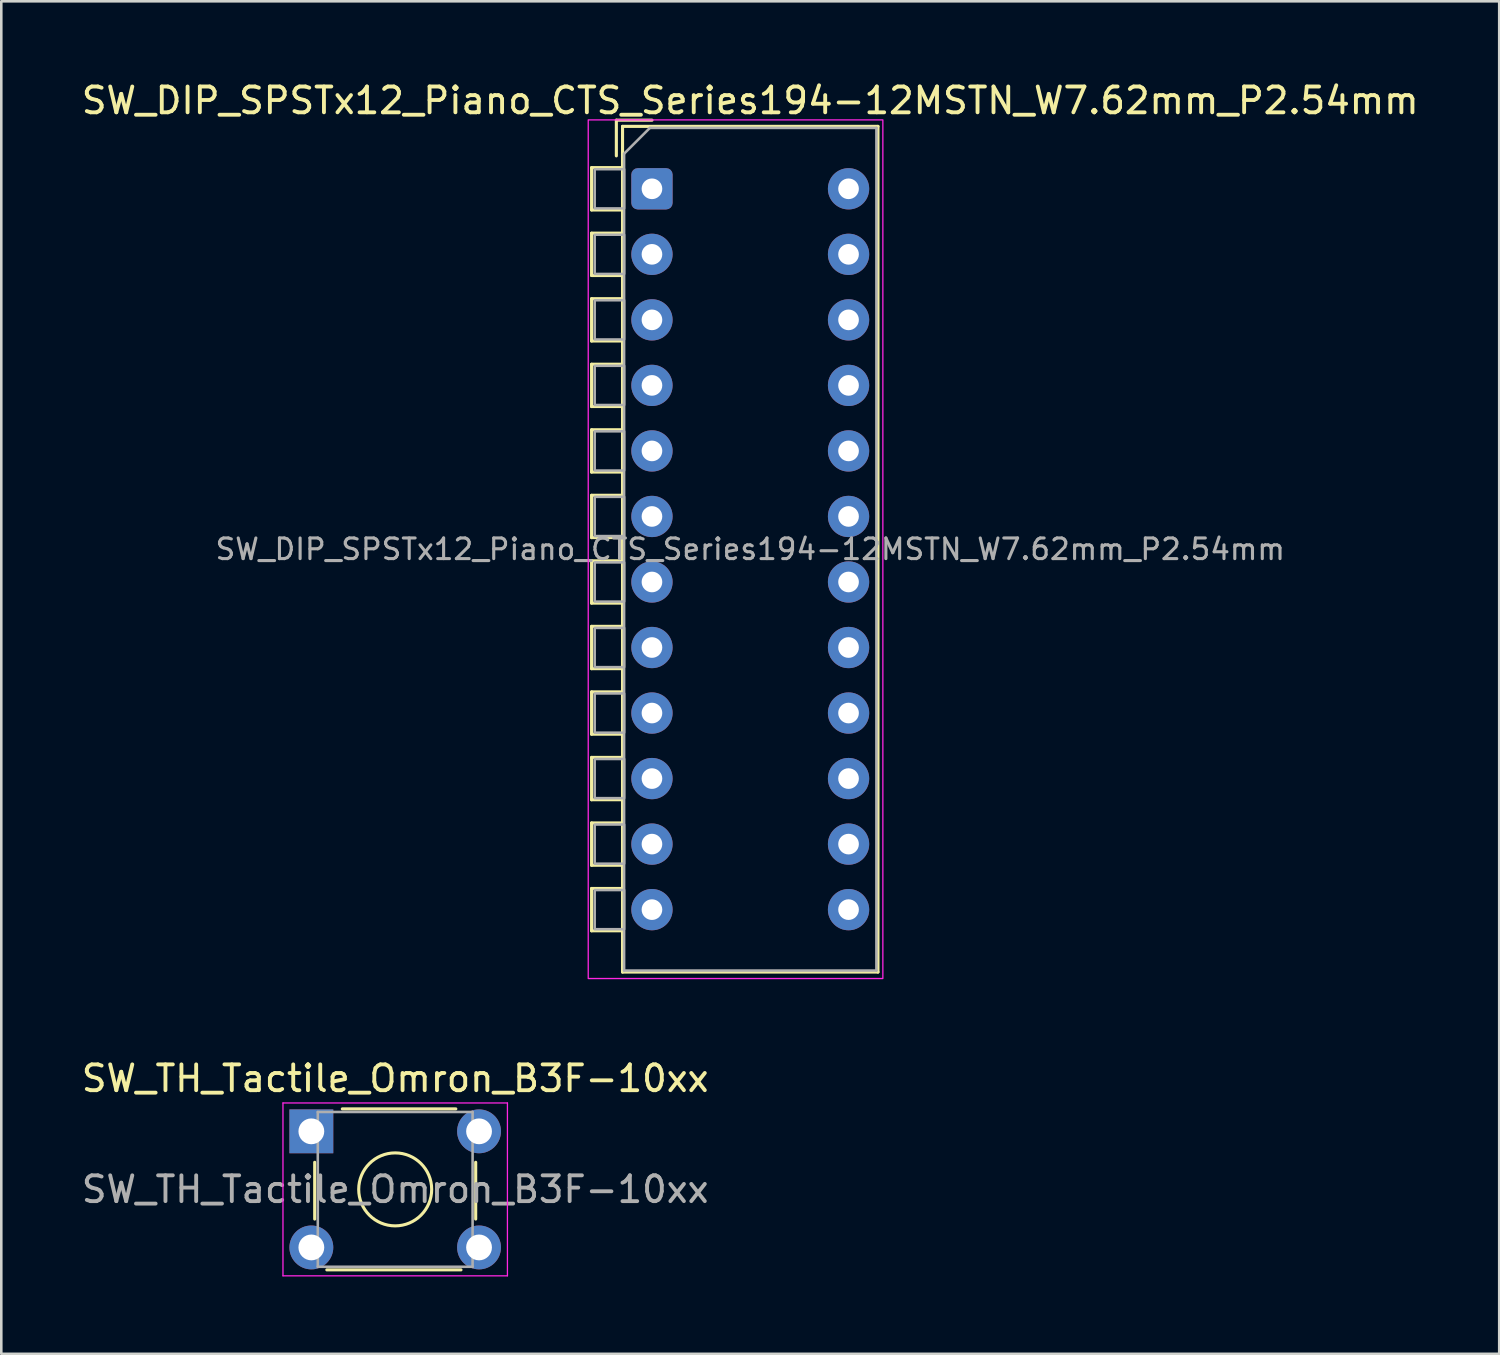
<source format=kicad_pcb>
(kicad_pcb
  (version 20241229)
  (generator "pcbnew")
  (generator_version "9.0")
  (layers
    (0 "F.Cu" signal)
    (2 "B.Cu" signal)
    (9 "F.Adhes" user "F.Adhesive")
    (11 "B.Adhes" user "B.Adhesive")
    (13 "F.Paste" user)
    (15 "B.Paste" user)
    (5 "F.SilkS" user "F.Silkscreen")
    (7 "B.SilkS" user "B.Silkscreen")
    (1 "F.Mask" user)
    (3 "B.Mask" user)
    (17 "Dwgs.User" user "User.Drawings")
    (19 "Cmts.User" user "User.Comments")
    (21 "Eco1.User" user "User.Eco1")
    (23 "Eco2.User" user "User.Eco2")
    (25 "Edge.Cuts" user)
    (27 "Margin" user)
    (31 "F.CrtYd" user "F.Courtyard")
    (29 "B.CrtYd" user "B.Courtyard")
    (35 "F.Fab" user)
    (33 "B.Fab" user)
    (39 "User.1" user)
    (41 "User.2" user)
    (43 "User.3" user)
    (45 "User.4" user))
  (footprint "SW_TH_Tactile_Omron_B3F-10xx"
    (layer "F.Cu")
    (at 9.018 40.801)
    (property "Reference" "SW_TH_Tactile_Omron_B3F-10xx" (at 3.25 -2.05 0) (layer "F.SilkS") (effects (font (size 1 1) (thickness 0.15))))
    (attr through_hole)
    (fp_line (start 0.13 3.4) (end 0.13 1.2) (stroke (width 0.12) (type solid)) (layer "F.SilkS"))
    (fp_line (start 0.6 5.37) (end 5.8 5.37) (stroke (width 0.12) (type solid)) (layer "F.SilkS"))
    (fp_line (start 1.2 -0.87) (end 5.6 -0.87) (stroke (width 0.12) (type solid)) (layer "F.SilkS"))
    (fp_line (start 6.37 1.2) (end 6.37 3.4) (stroke (width 0.12) (type solid)) (layer "F.SilkS"))
    (fp_circle (center 3.25 2.25) (end 4.25 3.25) (stroke (width 0.12) (type solid)) (fill no) (layer "F.SilkS"))
    (fp_line (start -1.1 -1.1) (end -1.1 5.6) (stroke (width 0.05) (type solid)) (layer "F.CrtYd"))
    (fp_line (start -1.1 -1.1) (end 7.6 -1.1) (stroke (width 0.05) (type solid)) (layer "F.CrtYd"))
    (fp_line (start -1.1 5.6) (end 7.6 5.6) (stroke (width 0.05) (type solid)) (layer "F.CrtYd"))
    (fp_line (start 7.6 5.6) (end 7.6 -1.1) (stroke (width 0.05) (type solid)) (layer "F.CrtYd"))
    (fp_line (start 0.25 -0.75) (end 0.25 5.25) (stroke (width 0.1) (type solid)) (layer "F.Fab"))
    (fp_line (start 0.25 -0.75) (end 6.25 -0.75) (stroke (width 0.1) (type solid)) (layer "F.Fab"))
    (fp_line (start 0.25 5.25) (end 6.25 5.25) (stroke (width 0.1) (type solid)) (layer "F.Fab"))
    (fp_line (start 6.25 -0.75) (end 6.25 5.25) (stroke (width 0.1) (type solid)) (layer "F.Fab"))
    (fp_text user "${REFERENCE}" (at 3.25 2.25 0) (layer "F.Fab") (effects (font (size 1 1) (thickness 0.15))))
    (pad "1" thru_hole rect (at 0 0) (size 1.7 1.7) (drill 1) (layers "*.Cu" "*.Mask"))
    (pad "1" thru_hole circle (at 6.5 0) (size 1.7 1.7) (drill 1) (layers "*.Cu" "*.Mask"))
    (pad "2" thru_hole circle (at 0 4.5) (size 1.7 1.7) (drill 1) (layers "*.Cu" "*.Mask"))
    (pad "2" thru_hole circle (at 6.5 4.5) (size 1.7 1.7) (drill 1) (layers "*.Cu" "*.Mask")))
  (footprint "SW_DIP_SPSTx12_Piano_CTS_Series194-12MSTN_W7.62mm_P2.54mm"
    (layer "F.Cu")
    (at 22.22 4.268)
    (property "Reference" "SW_DIP_SPSTx12_Piano_CTS_Series194-12MSTN_W7.62mm_P2.54mm" (at 3.81 -3.42 0) (layer "F.SilkS") (effects (font (size 1 1) (thickness 0.15))))
    (attr through_hole)
    (fp_line (start -2.34 -0.82) (end -2.34 0.82) (stroke (width 0.12) (type solid)) (layer "F.SilkS"))
    (fp_line (start -2.34 -0.82) (end -1.14 -0.82) (stroke (width 0.12) (type solid)) (layer "F.SilkS"))
    (fp_line (start -2.34 0.82) (end -1.14 0.82) (stroke (width 0.12) (type solid)) (layer "F.SilkS"))
    (fp_line (start -2.34 1.72) (end -2.34 3.36) (stroke (width 0.12) (type solid)) (layer "F.SilkS"))
    (fp_line (start -2.34 1.72) (end -1.14 1.72) (stroke (width 0.12) (type solid)) (layer "F.SilkS"))
    (fp_line (start -2.34 3.36) (end -1.14 3.36) (stroke (width 0.12) (type solid)) (layer "F.SilkS"))
    (fp_line (start -2.34 4.26) (end -2.34 5.9) (stroke (width 0.12) (type solid)) (layer "F.SilkS"))
    (fp_line (start -2.34 4.26) (end -1.14 4.26) (stroke (width 0.12) (type solid)) (layer "F.SilkS"))
    (fp_line (start -2.34 5.9) (end -1.14 5.9) (stroke (width 0.12) (type solid)) (layer "F.SilkS"))
    (fp_line (start -2.34 6.8) (end -2.34 8.44) (stroke (width 0.12) (type solid)) (layer "F.SilkS"))
    (fp_line (start -2.34 6.8) (end -1.14 6.8) (stroke (width 0.12) (type solid)) (layer "F.SilkS"))
    (fp_line (start -2.34 8.44) (end -1.14 8.44) (stroke (width 0.12) (type solid)) (layer "F.SilkS"))
    (fp_line (start -2.34 9.34) (end -2.34 10.98) (stroke (width 0.12) (type solid)) (layer "F.SilkS"))
    (fp_line (start -2.34 9.34) (end -1.14 9.34) (stroke (width 0.12) (type solid)) (layer "F.SilkS"))
    (fp_line (start -2.34 10.98) (end -1.14 10.98) (stroke (width 0.12) (type solid)) (layer "F.SilkS"))
    (fp_line (start -2.34 11.88) (end -2.34 13.52) (stroke (width 0.12) (type solid)) (layer "F.SilkS"))
    (fp_line (start -2.34 11.88) (end -1.14 11.88) (stroke (width 0.12) (type solid)) (layer "F.SilkS"))
    (fp_line (start -2.34 13.52) (end -1.14 13.52) (stroke (width 0.12) (type solid)) (layer "F.SilkS"))
    (fp_line (start -2.34 14.42) (end -2.34 16.06) (stroke (width 0.12) (type solid)) (layer "F.SilkS"))
    (fp_line (start -2.34 14.42) (end -1.14 14.42) (stroke (width 0.12) (type solid)) (layer "F.SilkS"))
    (fp_line (start -2.34 16.06) (end -1.14 16.06) (stroke (width 0.12) (type solid)) (layer "F.SilkS"))
    (fp_line (start -2.34 16.96) (end -2.34 18.6) (stroke (width 0.12) (type solid)) (layer "F.SilkS"))
    (fp_line (start -2.34 16.96) (end -1.14 16.96) (stroke (width 0.12) (type solid)) (layer "F.SilkS"))
    (fp_line (start -2.34 18.6) (end -1.14 18.6) (stroke (width 0.12) (type solid)) (layer "F.SilkS"))
    (fp_line (start -2.34 19.5) (end -2.34 21.14) (stroke (width 0.12) (type solid)) (layer "F.SilkS"))
    (fp_line (start -2.34 19.5) (end -1.14 19.5) (stroke (width 0.12) (type solid)) (layer "F.SilkS"))
    (fp_line (start -2.34 21.14) (end -1.14 21.14) (stroke (width 0.12) (type solid)) (layer "F.SilkS"))
    (fp_line (start -2.34 22.04) (end -2.34 23.68) (stroke (width 0.12) (type solid)) (layer "F.SilkS"))
    (fp_line (start -2.34 22.04) (end -1.14 22.04) (stroke (width 0.12) (type solid)) (layer "F.SilkS"))
    (fp_line (start -2.34 23.68) (end -1.14 23.68) (stroke (width 0.12) (type solid)) (layer "F.SilkS"))
    (fp_line (start -2.34 24.58) (end -2.34 26.22) (stroke (width 0.12) (type solid)) (layer "F.SilkS"))
    (fp_line (start -2.34 24.58) (end -1.14 24.58) (stroke (width 0.12) (type solid)) (layer "F.SilkS"))
    (fp_line (start -2.34 26.22) (end -1.14 26.22) (stroke (width 0.12) (type solid)) (layer "F.SilkS"))
    (fp_line (start -2.34 27.12) (end -2.34 28.76) (stroke (width 0.12) (type solid)) (layer "F.SilkS"))
    (fp_line (start -2.34 27.12) (end -1.14 27.12) (stroke (width 0.12) (type solid)) (layer "F.SilkS"))
    (fp_line (start -2.34 28.76) (end -1.14 28.76) (stroke (width 0.12) (type solid)) (layer "F.SilkS"))
    (fp_line (start -1.38 -2.66) (end -1.38 -1.277) (stroke (width 0.12) (type solid)) (layer "F.SilkS"))
    (fp_line (start -1.38 -2.66) (end 0.003 -2.66) (stroke (width 0.12) (type solid)) (layer "F.SilkS"))
    (fp_line (start -1.14 -2.42) (end -1.14 30.36) (stroke (width 0.12) (type solid)) (layer "F.SilkS"))
    (fp_line (start -1.14 -2.42) (end 8.76 -2.42) (stroke (width 0.12) (type solid)) (layer "F.SilkS"))
    (fp_line (start -1.14 -0.82) (end -1.14 0.82) (stroke (width 0.12) (type solid)) (layer "F.SilkS"))
    (fp_line (start -1.14 1.72) (end -1.14 3.36) (stroke (width 0.12) (type solid)) (layer "F.SilkS"))
    (fp_line (start -1.14 4.26) (end -1.14 5.9) (stroke (width 0.12) (type solid)) (layer "F.SilkS"))
    (fp_line (start -1.14 6.8) (end -1.14 8.44) (stroke (width 0.12) (type solid)) (layer "F.SilkS"))
    (fp_line (start -1.14 9.34) (end -1.14 10.98) (stroke (width 0.12) (type solid)) (layer "F.SilkS"))
    (fp_line (start -1.14 11.88) (end -1.14 13.52) (stroke (width 0.12) (type solid)) (layer "F.SilkS"))
    (fp_line (start -1.14 14.42) (end -1.14 16.06) (stroke (width 0.12) (type solid)) (layer "F.SilkS"))
    (fp_line (start -1.14 16.96) (end -1.14 18.6) (stroke (width 0.12) (type solid)) (layer "F.SilkS"))
    (fp_line (start -1.14 19.5) (end -1.14 21.14) (stroke (width 0.12) (type solid)) (layer "F.SilkS"))
    (fp_line (start -1.14 22.04) (end -1.14 23.68) (stroke (width 0.12) (type solid)) (layer "F.SilkS"))
    (fp_line (start -1.14 24.58) (end -1.14 26.22) (stroke (width 0.12) (type solid)) (layer "F.SilkS"))
    (fp_line (start -1.14 27.12) (end -1.14 28.76) (stroke (width 0.12) (type solid)) (layer "F.SilkS"))
    (fp_line (start -1.14 30.36) (end 8.76 30.36) (stroke (width 0.12) (type solid)) (layer "F.SilkS"))
    (fp_line (start 8.76 -2.42) (end 8.76 30.36) (stroke (width 0.12) (type solid)) (layer "F.SilkS"))
    (fp_rect (start -2.47 -2.67) (end 8.95 30.61) (stroke (width 0.05) (type solid)) (fill no) (layer "F.CrtYd"))
    (fp_line (start -1.08 -1.36) (end -0.08 -2.36) (stroke (width 0.1) (type solid)) (layer "F.Fab"))
    (fp_line (start -1.08 30.3) (end -1.08 -1.36) (stroke (width 0.1) (type solid)) (layer "F.Fab"))
    (fp_line (start -0.08 -2.36) (end 8.7 -2.36) (stroke (width 0.1) (type solid)) (layer "F.Fab"))
    (fp_line (start 8.7 -2.36) (end 8.7 30.3) (stroke (width 0.1) (type solid)) (layer "F.Fab"))
    (fp_line (start 8.7 30.3) (end -1.08 30.3) (stroke (width 0.1) (type solid)) (layer "F.Fab"))
    (fp_rect (start -1.08 -0.76) (end -2.22 0.76) (stroke (width 0.1) (type solid)) (fill no) (layer "F.Fab"))
    (fp_rect (start -1.08 1.78) (end -2.22 3.3) (stroke (width 0.1) (type solid)) (fill no) (layer "F.Fab"))
    (fp_rect (start -1.08 4.32) (end -2.22 5.84) (stroke (width 0.1) (type solid)) (fill no) (layer "F.Fab"))
    (fp_rect (start -1.08 6.86) (end -2.22 8.38) (stroke (width 0.1) (type solid)) (fill no) (layer "F.Fab"))
    (fp_rect (start -1.08 9.4) (end -2.22 10.92) (stroke (width 0.1) (type solid)) (fill no) (layer "F.Fab"))
    (fp_rect (start -1.08 11.94) (end -2.22 13.46) (stroke (width 0.1) (type solid)) (fill no) (layer "F.Fab"))
    (fp_rect (start -1.08 14.48) (end -2.22 16) (stroke (width 0.1) (type solid)) (fill no) (layer "F.Fab"))
    (fp_rect (start -1.08 17.02) (end -2.22 18.54) (stroke (width 0.1) (type solid)) (fill no) (layer "F.Fab"))
    (fp_rect (start -1.08 19.56) (end -2.22 21.08) (stroke (width 0.1) (type solid)) (fill no) (layer "F.Fab"))
    (fp_rect (start -1.08 22.1) (end -2.22 23.62) (stroke (width 0.1) (type solid)) (fill no) (layer "F.Fab"))
    (fp_rect (start -1.08 24.64) (end -2.22 26.16) (stroke (width 0.1) (type solid)) (fill no) (layer "F.Fab"))
    (fp_rect (start -1.08 27.18) (end -2.22 28.7) (stroke (width 0.1) (type solid)) (fill no) (layer "F.Fab"))
    (fp_text user "${REFERENCE}" (at 3.81 13.97 0) (layer "F.Fab") (effects (font (size 0.8 0.8) (thickness 0.12))))
    (pad "1" thru_hole roundrect (at 0 0) (size 1.6 1.6) (drill 0.8) (layers "*.Cu" "*.Mask") (roundrect_rratio 0.156))
    (pad "2" thru_hole circle (at 0 2.54) (size 1.6 1.6) (drill 0.8) (layers "*.Cu" "*.Mask"))
    (pad "3" thru_hole circle (at 0 5.08) (size 1.6 1.6) (drill 0.8) (layers "*.Cu" "*.Mask"))
    (pad "4" thru_hole circle (at 0 7.62) (size 1.6 1.6) (drill 0.8) (layers "*.Cu" "*.Mask"))
    (pad "5" thru_hole circle (at 0 10.16) (size 1.6 1.6) (drill 0.8) (layers "*.Cu" "*.Mask"))
    (pad "6" thru_hole circle (at 0 12.7) (size 1.6 1.6) (drill 0.8) (layers "*.Cu" "*.Mask"))
    (pad "7" thru_hole circle (at 0 15.24) (size 1.6 1.6) (drill 0.8) (layers "*.Cu" "*.Mask"))
    (pad "8" thru_hole circle (at 0 17.78) (size 1.6 1.6) (drill 0.8) (layers "*.Cu" "*.Mask"))
    (pad "9" thru_hole circle (at 0 20.32) (size 1.6 1.6) (drill 0.8) (layers "*.Cu" "*.Mask"))
    (pad "10" thru_hole circle (at 0 22.86) (size 1.6 1.6) (drill 0.8) (layers "*.Cu" "*.Mask"))
    (pad "11" thru_hole circle (at 0 25.4) (size 1.6 1.6) (drill 0.8) (layers "*.Cu" "*.Mask"))
    (pad "12" thru_hole circle (at 0 27.94) (size 1.6 1.6) (drill 0.8) (layers "*.Cu" "*.Mask"))
    (pad "13" thru_hole circle (at 7.62 27.94) (size 1.6 1.6) (drill 0.8) (layers "*.Cu" "*.Mask"))
    (pad "14" thru_hole circle (at 7.62 25.4) (size 1.6 1.6) (drill 0.8) (layers "*.Cu" "*.Mask"))
    (pad "15" thru_hole circle (at 7.62 22.86) (size 1.6 1.6) (drill 0.8) (layers "*.Cu" "*.Mask"))
    (pad "16" thru_hole circle (at 7.62 20.32) (size 1.6 1.6) (drill 0.8) (layers "*.Cu" "*.Mask"))
    (pad "17" thru_hole circle (at 7.62 17.78) (size 1.6 1.6) (drill 0.8) (layers "*.Cu" "*.Mask"))
    (pad "18" thru_hole circle (at 7.62 15.24) (size 1.6 1.6) (drill 0.8) (layers "*.Cu" "*.Mask"))
    (pad "19" thru_hole circle (at 7.62 12.7) (size 1.6 1.6) (drill 0.8) (layers "*.Cu" "*.Mask"))
    (pad "20" thru_hole circle (at 7.62 10.16) (size 1.6 1.6) (drill 0.8) (layers "*.Cu" "*.Mask"))
    (pad "21" thru_hole circle (at 7.62 7.62) (size 1.6 1.6) (drill 0.8) (layers "*.Cu" "*.Mask"))
    (pad "22" thru_hole circle (at 7.62 5.08) (size 1.6 1.6) (drill 0.8) (layers "*.Cu" "*.Mask"))
    (pad "23" thru_hole circle (at 7.62 2.54) (size 1.6 1.6) (drill 0.8) (layers "*.Cu" "*.Mask"))
    (pad "24" thru_hole circle (at 7.62 0) (size 1.6 1.6) (drill 0.8) (layers "*.Cu" "*.Mask")))
  (gr_rect
    (start -3 -3)
    (end 55.06 49.426)
    (stroke (width 0.1) (type default))
    (fill no)
    (layer "Edge.Cuts")))
</source>
